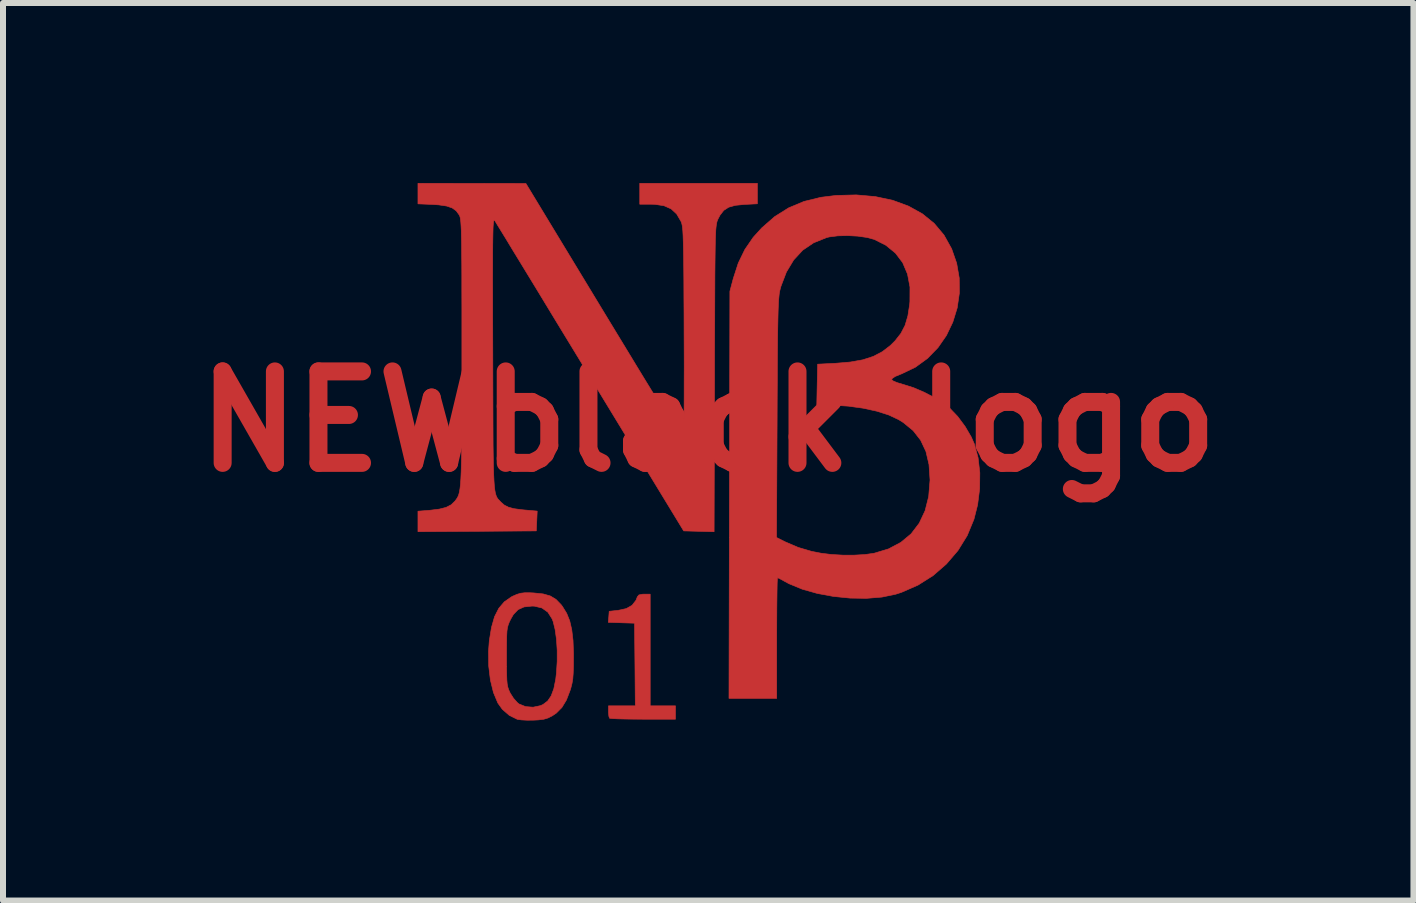
<source format=kicad_pcb>
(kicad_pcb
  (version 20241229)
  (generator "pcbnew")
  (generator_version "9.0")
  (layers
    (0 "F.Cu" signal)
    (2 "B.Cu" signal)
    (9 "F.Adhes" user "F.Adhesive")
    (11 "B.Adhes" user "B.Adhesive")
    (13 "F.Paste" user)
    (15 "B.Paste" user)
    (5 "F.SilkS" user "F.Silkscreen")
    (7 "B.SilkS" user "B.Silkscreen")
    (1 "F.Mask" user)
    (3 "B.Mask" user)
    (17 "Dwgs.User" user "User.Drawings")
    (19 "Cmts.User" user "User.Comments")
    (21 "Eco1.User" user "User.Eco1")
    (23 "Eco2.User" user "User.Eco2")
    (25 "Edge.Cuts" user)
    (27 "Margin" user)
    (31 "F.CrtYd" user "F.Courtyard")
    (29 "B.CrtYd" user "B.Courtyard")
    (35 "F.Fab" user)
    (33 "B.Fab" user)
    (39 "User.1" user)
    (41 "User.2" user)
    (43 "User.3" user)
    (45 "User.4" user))
  (footprint "NEWblack logo"
    (layer "F.Cu")
    (at 8.752 3.974)
    (property "Reference" "NEWblack logo" (at 0 0 0) (layer "F.Cu") (effects (font (size 1.524 1.524) (thickness 0.3))))
    (attr through_hole)
    (fp_poly (pts (xy -0.967 4.738) (xy -0.546 4.738) (xy -0.546 4.961) (xy -1.087 4.961) (xy -1.246 4.96) (xy -1.389 4.958) (xy -1.506 4.955) (xy -1.592 4.951) (xy -1.639 4.946) (xy -1.645 4.944) (xy -1.656 4.911) (xy -1.662 4.849) (xy -1.662 4.833) (xy -1.662 4.738) (xy -1.215 4.738) (xy -1.221 4.049) (xy -1.228 3.361) (xy -1.446 3.354) (xy -1.665 3.347) (xy -1.657 3.255) (xy -1.65 3.163) (xy -1.504 3.147) (xy -1.367 3.118) (xy -1.269 3.063) (xy -1.203 2.978) (xy -1.181 2.921) (xy -1.155 2.89) (xy -1.096 2.878) (xy -1.067 2.877) (xy -0.967 2.877) (xy -0.967 4.738)) (stroke (width 0.01) (type solid)) (fill yes) (layer "F.Cu"))
    (fp_poly (pts (xy -2.966 2.854) (xy -2.907 2.857) (xy -2.751 2.873) (xy -2.632 2.907) (xy -2.536 2.965) (xy -2.451 3.053) (xy -2.428 3.084) (xy -2.359 3.196) (xy -2.308 3.322) (xy -2.274 3.47) (xy -2.253 3.648) (xy -2.245 3.864) (xy -2.245 3.919) (xy -2.246 4.076) (xy -2.25 4.196) (xy -2.257 4.289) (xy -2.27 4.366) (xy -2.289 4.441) (xy -2.3 4.477) (xy -2.363 4.641) (xy -2.438 4.765) (xy -2.531 4.859) (xy -2.596 4.903) (xy -2.668 4.94) (xy -2.741 4.962) (xy -2.832 4.973) (xy -2.912 4.977) (xy -3.017 4.978) (xy -3.111 4.973) (xy -3.177 4.964) (xy -3.184 4.962) (xy -3.315 4.897) (xy -3.431 4.796) (xy -3.506 4.691) (xy -3.579 4.516) (xy -3.63 4.308) (xy -3.658 4.075) (xy -3.66 3.919) (xy -3.361 3.919) (xy -3.361 4.087) (xy -3.359 4.213) (xy -3.356 4.305) (xy -3.35 4.373) (xy -3.34 4.425) (xy -3.326 4.468) (xy -3.307 4.511) (xy -3.299 4.527) (xy -3.245 4.612) (xy -3.181 4.684) (xy -3.153 4.707) (xy -3.044 4.751) (xy -2.919 4.761) (xy -2.795 4.735) (xy -2.753 4.716) (xy -2.676 4.658) (xy -2.617 4.572) (xy -2.573 4.453) (xy -2.541 4.294) (xy -2.529 4.188) (xy -2.517 4.001) (xy -2.517 3.81) (xy -2.529 3.627) (xy -2.552 3.464) (xy -2.584 3.334) (xy -2.601 3.29) (xy -2.672 3.178) (xy -2.771 3.107) (xy -2.898 3.077) (xy -2.936 3.076) (xy -3.069 3.09) (xy -3.169 3.135) (xy -3.248 3.218) (xy -3.292 3.295) (xy -3.316 3.345) (xy -3.333 3.389) (xy -3.346 3.436) (xy -3.354 3.494) (xy -3.358 3.572) (xy -3.36 3.679) (xy -3.361 3.821) (xy -3.361 3.919) (xy -3.66 3.919) (xy -3.661 3.829) (xy -3.648 3.653) (xy -3.612 3.432) (xy -3.561 3.253) (xy -3.49 3.113) (xy -3.398 3.005) (xy -3.282 2.924) (xy -3.262 2.913) (xy -3.189 2.881) (xy -3.127 2.862) (xy -3.059 2.854) (xy -2.966 2.854)) (stroke (width 0.01) (type solid)) (fill yes) (layer "F.Cu"))
    (fp_poly (pts (xy 2.784 -3.748) (xy 3.075 -3.686) (xy 3.338 -3.589) (xy 3.569 -3.461) (xy 3.767 -3.3) (xy 3.927 -3.109) (xy 3.929 -3.107) (xy 4.056 -2.879) (xy 4.14 -2.638) (xy 4.183 -2.39) (xy 4.185 -2.14) (xy 4.149 -1.893) (xy 4.076 -1.656) (xy 3.969 -1.433) (xy 3.828 -1.23) (xy 3.655 -1.052) (xy 3.453 -0.905) (xy 3.222 -0.794) (xy 3.206 -0.788) (xy 3.114 -0.75) (xy 3.065 -0.716) (xy 3.057 -0.698) (xy 3.083 -0.675) (xy 3.148 -0.648) (xy 3.241 -0.62) (xy 3.249 -0.618) (xy 3.423 -0.563) (xy 3.606 -0.484) (xy 3.784 -0.391) (xy 3.939 -0.291) (xy 4.023 -0.224) (xy 4.157 -0.084) (xy 4.281 0.083) (xy 4.384 0.259) (xy 4.436 0.377) (xy 4.497 0.603) (xy 4.526 0.855) (xy 4.523 1.121) (xy 4.489 1.389) (xy 4.428 1.63) (xy 4.316 1.901) (xy 4.162 2.15) (xy 3.97 2.374) (xy 3.747 2.568) (xy 3.495 2.727) (xy 3.221 2.847) (xy 3.125 2.878) (xy 2.895 2.926) (xy 2.638 2.947) (xy 2.365 2.943) (xy 2.087 2.915) (xy 1.817 2.865) (xy 1.566 2.794) (xy 1.345 2.703) (xy 1.273 2.664) (xy 1.21 2.629) (xy 1.166 2.608) (xy 1.155 2.604) (xy 1.152 2.628) (xy 1.149 2.697) (xy 1.147 2.804) (xy 1.145 2.946) (xy 1.143 3.116) (xy 1.142 3.31) (xy 1.141 3.522) (xy 1.141 3.609) (xy 1.141 4.614) (xy 0.346 4.614) (xy 0.352 1.933) (xy 1.138 1.933) (xy 1.282 2.005) (xy 1.498 2.098) (xy 1.723 2.164) (xy 1.881 2.195) (xy 2.052 2.216) (xy 2.242 2.227) (xy 2.434 2.227) (xy 2.613 2.217) (xy 2.76 2.196) (xy 2.766 2.195) (xy 3.005 2.123) (xy 3.21 2.014) (xy 3.381 1.872) (xy 3.516 1.695) (xy 3.614 1.487) (xy 3.674 1.249) (xy 3.696 0.981) (xy 3.696 0.967) (xy 3.679 0.716) (xy 3.628 0.499) (xy 3.54 0.312) (xy 3.415 0.152) (xy 3.249 0.016) (xy 3.172 -0.032) (xy 3.01 -0.108) (xy 2.809 -0.172) (xy 2.58 -0.222) (xy 2.333 -0.256) (xy 2.079 -0.272) (xy 2.015 -0.272) (xy 1.809 -0.273) (xy 1.816 -0.614) (xy 1.823 -0.955) (xy 2.121 -0.97) (xy 2.368 -0.991) (xy 2.576 -1.028) (xy 2.751 -1.085) (xy 2.902 -1.164) (xy 3.037 -1.268) (xy 3.114 -1.345) (xy 3.21 -1.467) (xy 3.28 -1.601) (xy 3.327 -1.759) (xy 3.357 -1.952) (xy 3.361 -1.999) (xy 3.362 -2.241) (xy 3.321 -2.457) (xy 3.241 -2.646) (xy 3.12 -2.806) (xy 2.96 -2.937) (xy 2.768 -3.034) (xy 2.645 -3.067) (xy 2.491 -3.089) (xy 2.324 -3.098) (xy 2.16 -3.094) (xy 2.018 -3.076) (xy 1.97 -3.064) (xy 1.757 -2.978) (xy 1.575 -2.855) (xy 1.424 -2.692) (xy 1.303 -2.491) (xy 1.211 -2.25) (xy 1.199 -2.205) (xy 1.191 -2.172) (xy 1.184 -2.133) (xy 1.179 -2.084) (xy 1.173 -2.023) (xy 1.169 -1.945) (xy 1.165 -1.847) (xy 1.162 -1.725) (xy 1.159 -1.578) (xy 1.156 -1.4) (xy 1.154 -1.188) (xy 1.152 -0.94) (xy 1.151 -0.651) (xy 1.149 -0.319) (xy 1.148 -0.057) (xy 1.138 1.933) (xy 0.352 1.933) (xy 0.354 1.222) (xy 0.361 -2.17) (xy 0.417 -2.381) (xy 0.501 -2.64) (xy 0.61 -2.865) (xy 0.749 -3.068) (xy 0.892 -3.226) (xy 1.107 -3.414) (xy 1.34 -3.56) (xy 1.595 -3.667) (xy 1.877 -3.736) (xy 2.128 -3.767) (xy 2.467 -3.776) (xy 2.784 -3.748)) (stroke (width 0.01) (type solid)) (fill yes) (layer "F.Cu"))
    (fp_poly (pts (xy 0.819 -3.628) (xy 0.6 -3.617) (xy 0.451 -3.602) (xy 0.341 -3.571) (xy 0.259 -3.518) (xy 0.196 -3.437) (xy 0.164 -3.376) (xy 0.156 -3.357) (xy 0.148 -3.337) (xy 0.142 -3.313) (xy 0.136 -3.283) (xy 0.131 -3.242) (xy 0.126 -3.189) (xy 0.123 -3.12) (xy 0.119 -3.033) (xy 0.117 -2.924) (xy 0.115 -2.79) (xy 0.113 -2.629) (xy 0.111 -2.438) (xy 0.11 -2.213) (xy 0.109 -1.952) (xy 0.108 -1.651) (xy 0.106 -1.308) (xy 0.105 -0.92) (xy 0.105 -0.712) (xy 0.098 1.837) (xy -0.156 1.83) (xy -0.409 1.823) (xy -1.96 -0.725) (xy -2.158 -1.051) (xy -2.35 -1.366) (xy -2.534 -1.668) (xy -2.707 -1.953) (xy -2.869 -2.22) (xy -3.018 -2.464) (xy -3.152 -2.684) (xy -3.27 -2.877) (xy -3.369 -3.041) (xy -3.449 -3.171) (xy -3.508 -3.267) (xy -3.543 -3.325) (xy -3.553 -3.341) (xy -3.56 -3.351) (xy -3.567 -3.355) (xy -3.572 -3.348) (xy -3.577 -3.329) (xy -3.581 -3.294) (xy -3.585 -3.241) (xy -3.587 -3.166) (xy -3.589 -3.068) (xy -3.591 -2.942) (xy -3.592 -2.787) (xy -3.592 -2.598) (xy -3.593 -2.374) (xy -3.592 -2.112) (xy -3.592 -1.808) (xy -3.591 -1.46) (xy -3.59 -1.129) (xy -3.589 -0.736) (xy -3.588 -0.39) (xy -3.587 -0.088) (xy -3.586 0.174) (xy -3.585 0.399) (xy -3.582 0.59) (xy -3.579 0.75) (xy -3.575 0.882) (xy -3.57 0.989) (xy -3.564 1.075) (xy -3.556 1.142) (xy -3.547 1.193) (xy -3.535 1.233) (xy -3.522 1.263) (xy -3.507 1.287) (xy -3.489 1.307) (xy -3.469 1.328) (xy -3.453 1.345) (xy -3.398 1.393) (xy -3.331 1.427) (xy -3.241 1.452) (xy -3.117 1.469) (xy -3.044 1.476) (xy -2.85 1.493) (xy -2.865 1.823) (xy -3.851 1.83) (xy -4.837 1.836) (xy -4.837 1.495) (xy -4.636 1.479) (xy -4.482 1.46) (xy -4.368 1.431) (xy -4.284 1.388) (xy -4.221 1.327) (xy -4.221 1.327) (xy -4.202 1.302) (xy -4.184 1.276) (xy -4.169 1.248) (xy -4.156 1.214) (xy -4.145 1.17) (xy -4.136 1.114) (xy -4.128 1.042) (xy -4.122 0.952) (xy -4.117 0.84) (xy -4.113 0.702) (xy -4.11 0.537) (xy -4.108 0.34) (xy -4.107 0.109) (xy -4.106 -0.16) (xy -4.105 -0.47) (xy -4.105 -0.823) (xy -4.105 -1.153) (xy -4.105 -1.536) (xy -4.105 -1.872) (xy -4.106 -2.165) (xy -4.106 -2.417) (xy -4.107 -2.633) (xy -4.109 -2.814) (xy -4.11 -2.965) (xy -4.113 -3.088) (xy -4.115 -3.187) (xy -4.119 -3.264) (xy -4.123 -3.323) (xy -4.128 -3.366) (xy -4.133 -3.398) (xy -4.14 -3.421) (xy -4.147 -3.438) (xy -4.149 -3.441) (xy -4.199 -3.51) (xy -4.267 -3.559) (xy -4.362 -3.591) (xy -4.491 -3.61) (xy -4.595 -3.617) (xy -4.837 -3.627) (xy -4.837 -3.969) (xy -3.039 -3.967) (xy -1.738 -1.821) (xy -1.557 -1.523) (xy -1.383 -1.237) (xy -1.218 -0.965) (xy -1.064 -0.712) (xy -0.921 -0.479) (xy -0.793 -0.269) (xy -0.681 -0.086) (xy -0.586 0.069) (xy -0.51 0.191) (xy -0.455 0.278) (xy -0.423 0.328) (xy -0.416 0.339) (xy -0.412 0.317) (xy -0.409 0.249) (xy -0.406 0.139) (xy -0.404 -0.01) (xy -0.402 -0.194) (xy -0.401 -0.41) (xy -0.401 -0.653) (xy -0.4 -0.92) (xy -0.401 -1.208) (xy -0.402 -1.443) (xy -0.403 -1.786) (xy -0.405 -2.083) (xy -0.406 -2.338) (xy -0.408 -2.553) (xy -0.41 -2.734) (xy -0.413 -2.882) (xy -0.416 -3.002) (xy -0.419 -3.097) (xy -0.423 -3.171) (xy -0.428 -3.227) (xy -0.434 -3.269) (xy -0.441 -3.3) (xy -0.449 -3.324) (xy -0.454 -3.335) (xy -0.526 -3.458) (xy -0.618 -3.543) (xy -0.738 -3.596) (xy -0.891 -3.619) (xy -0.961 -3.621) (xy -1.141 -3.621) (xy -1.141 -3.969) (xy 0.819 -3.969) (xy 0.819 -3.628)) (stroke (width 0.01) (type solid)) (fill yes) (layer "F.Cu")))
  (gr_rect
    (start -3 -3)
    (end 20.504 11.957)
    (stroke (width 0.1) (type default))
    (fill no)
    (layer "Edge.Cuts")))
</source>
